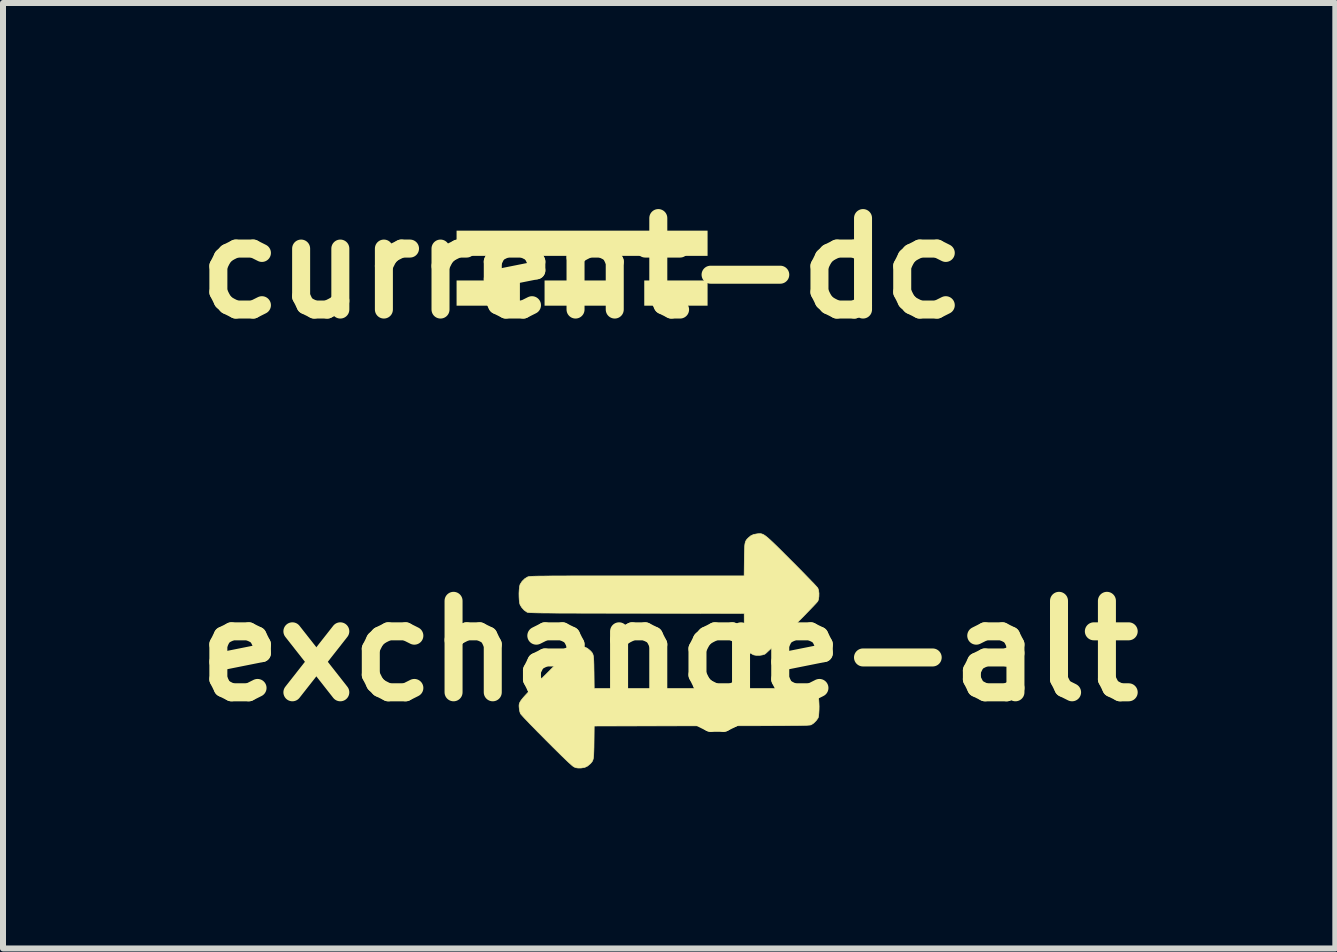
<source format=kicad_pcb>
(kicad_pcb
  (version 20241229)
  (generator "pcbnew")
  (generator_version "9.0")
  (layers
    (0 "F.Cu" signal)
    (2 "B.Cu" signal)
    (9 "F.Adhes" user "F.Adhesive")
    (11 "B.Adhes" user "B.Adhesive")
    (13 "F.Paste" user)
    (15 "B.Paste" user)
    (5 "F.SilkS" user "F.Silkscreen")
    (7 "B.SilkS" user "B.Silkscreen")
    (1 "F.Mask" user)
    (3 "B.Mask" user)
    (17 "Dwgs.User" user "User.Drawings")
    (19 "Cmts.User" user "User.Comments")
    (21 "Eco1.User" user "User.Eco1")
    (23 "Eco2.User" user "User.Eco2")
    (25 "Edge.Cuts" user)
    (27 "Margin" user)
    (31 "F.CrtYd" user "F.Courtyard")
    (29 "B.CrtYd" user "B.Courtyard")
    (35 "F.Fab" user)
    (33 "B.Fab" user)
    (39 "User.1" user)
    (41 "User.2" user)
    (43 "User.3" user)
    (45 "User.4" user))
  (footprint "exchange-alt"
    (layer "F.Cu")
    (at 8.099 7.795)
    (property "Reference" "exchange-alt" (at 0 0 0) (layer "F.SilkS") (effects (font (size 1.524 1.524) (thickness 0.3))))
    (attr board_only exclude_from_pos_files exclude_from_bom)
    (fp_poly (pts (xy 1.527 -1.953) (xy 1.545 -1.949) (xy 1.565 -1.941) (xy 1.588 -1.928) (xy 1.614 -1.909) (xy 1.645 -1.884) (xy 1.682 -1.851) (xy 1.727 -1.809) (xy 1.78 -1.758) (xy 1.843 -1.696) (xy 1.917 -1.622) (xy 2.003 -1.536) (xy 2.038 -1.501) (xy 2.114 -1.425) (xy 2.186 -1.352) (xy 2.253 -1.284) (xy 2.313 -1.222) (xy 2.366 -1.167) (xy 2.411 -1.121) (xy 2.445 -1.084) (xy 2.468 -1.058) (xy 2.478 -1.045) (xy 2.478 -1.045) (xy 2.49 -1.008) (xy 2.496 -0.96) (xy 2.495 -0.909) (xy 2.489 -0.862) (xy 2.478 -0.83) (xy 2.467 -0.816) (xy 2.444 -0.79) (xy 2.41 -0.754) (xy 2.366 -0.708) (xy 2.315 -0.655) (xy 2.257 -0.595) (xy 2.194 -0.531) (xy 2.127 -0.464) (xy 2.059 -0.395) (xy 1.99 -0.326) (xy 1.921 -0.259) (xy 1.856 -0.194) (xy 1.794 -0.134) (xy 1.738 -0.079) (xy 1.689 -0.032) (xy 1.648 0.006) (xy 1.617 0.035) (xy 1.598 0.051) (xy 1.593 0.054) (xy 1.553 0.067) (xy 1.504 0.074) (xy 1.454 0.074) (xy 1.411 0.067) (xy 1.405 0.065) (xy 1.351 0.036) (xy 1.305 -0.007) (xy 1.272 -0.057) (xy 1.26 -0.088) (xy 1.258 -0.107) (xy 1.255 -0.142) (xy 1.253 -0.191) (xy 1.252 -0.25) (xy 1.251 -0.317) (xy 1.251 -0.374) (xy 1.25 -0.625) (xy -0.545 -0.628) (xy -0.765 -0.628) (xy -0.967 -0.628) (xy -1.151 -0.629) (xy -1.318 -0.629) (xy -1.468 -0.629) (xy -1.604 -0.63) (xy -1.725 -0.63) (xy -1.832 -0.63) (xy -1.926 -0.631) (xy -2.009 -0.632) (xy -2.08 -0.632) (xy -2.141 -0.633) (xy -2.193 -0.634) (xy -2.236 -0.635) (xy -2.271 -0.636) (xy -2.299 -0.637) (xy -2.322 -0.638) (xy -2.339 -0.64) (xy -2.351 -0.641) (xy -2.36 -0.643) (xy -2.367 -0.645) (xy -2.37 -0.647) (xy -2.417 -0.68) (xy -2.457 -0.725) (xy -2.483 -0.767) (xy -2.492 -0.799) (xy -2.498 -0.845) (xy -2.501 -0.9) (xy -2.502 -0.959) (xy -2.499 -1.015) (xy -2.494 -1.065) (xy -2.486 -1.101) (xy -2.483 -1.109) (xy -2.45 -1.16) (xy -2.405 -1.204) (xy -2.359 -1.232) (xy -2.354 -1.234) (xy -2.347 -1.236) (xy -2.338 -1.238) (xy -2.326 -1.24) (xy -2.31 -1.241) (xy -2.29 -1.243) (xy -2.263 -1.244) (xy -2.231 -1.245) (xy -2.19 -1.246) (xy -2.142 -1.247) (xy -2.085 -1.247) (xy -2.018 -1.248) (xy -1.94 -1.249) (xy -1.851 -1.249) (xy -1.749 -1.249) (xy -1.634 -1.25) (xy -1.505 -1.25) (xy -1.36 -1.25) (xy -1.2 -1.25) (xy -1.024 -1.25) (xy -0.829 -1.25) (xy -0.617 -1.25) (xy -0.535 -1.25) (xy 1.249 -1.25) (xy 1.252 -1.522) (xy 1.253 -1.606) (xy 1.255 -1.673) (xy 1.257 -1.726) (xy 1.26 -1.766) (xy 1.265 -1.797) (xy 1.272 -1.821) (xy 1.281 -1.84) (xy 1.293 -1.857) (xy 1.309 -1.874) (xy 1.32 -1.885) (xy 1.362 -1.92) (xy 1.409 -1.941) (xy 1.467 -1.951) (xy 1.467 -1.951) (xy 1.489 -1.953) (xy 1.508 -1.954) (xy 1.527 -1.953)) (stroke (width 0.01) (type solid)) (fill yes) (layer "F.SilkS"))
    (fp_poly (pts (xy -1.498 -0.078) (xy -1.477 -0.077) (xy -1.467 -0.076) (xy -1.409 -0.065) (xy -1.363 -0.044) (xy -1.32 -0.009) (xy -1.32 -0.009) (xy -1.302 0.009) (xy -1.287 0.026) (xy -1.276 0.044) (xy -1.268 0.065) (xy -1.262 0.092) (xy -1.258 0.127) (xy -1.256 0.173) (xy -1.254 0.232) (xy -1.253 0.307) (xy -1.252 0.354) (xy -1.249 0.625) (xy 0.535 0.625) (xy 0.755 0.625) (xy 0.956 0.626) (xy 1.139 0.626) (xy 1.304 0.626) (xy 1.454 0.626) (xy 1.589 0.626) (xy 1.709 0.626) (xy 1.815 0.627) (xy 1.909 0.627) (xy 1.991 0.627) (xy 2.062 0.628) (xy 2.123 0.629) (xy 2.174 0.629) (xy 2.217 0.63) (xy 2.252 0.631) (xy 2.281 0.633) (xy 2.303 0.634) (xy 2.321 0.635) (xy 2.334 0.637) (xy 2.344 0.639) (xy 2.352 0.641) (xy 2.358 0.643) (xy 2.359 0.644) (xy 2.407 0.673) (xy 2.45 0.715) (xy 2.479 0.756) (xy 2.487 0.781) (xy 2.493 0.821) (xy 2.496 0.871) (xy 2.498 0.926) (xy 2.497 0.983) (xy 2.494 1.036) (xy 2.49 1.08) (xy 2.483 1.112) (xy 2.479 1.12) (xy 2.449 1.162) (xy 2.409 1.202) (xy 2.37 1.229) (xy 2.366 1.231) (xy 2.359 1.233) (xy 2.35 1.234) (xy 2.337 1.236) (xy 2.319 1.237) (xy 2.296 1.239) (xy 2.267 1.24) (xy 2.23 1.241) (xy 2.186 1.242) (xy 2.133 1.243) (xy 2.071 1.243) (xy 1.998 1.244) (xy 1.914 1.245) (xy 1.818 1.245) (xy 1.709 1.246) (xy 1.586 1.246) (xy 1.448 1.247) (xy 1.295 1.247) (xy 1.126 1.247) (xy 0.94 1.248) (xy 0.736 1.248) (xy 0.545 1.248) (xy -1.249 1.251) (xy -1.252 1.522) (xy -1.253 1.606) (xy -1.255 1.673) (xy -1.257 1.726) (xy -1.26 1.766) (xy -1.265 1.797) (xy -1.272 1.821) (xy -1.281 1.84) (xy -1.294 1.857) (xy -1.309 1.875) (xy -1.32 1.885) (xy -1.361 1.919) (xy -1.405 1.94) (xy -1.46 1.95) (xy -1.475 1.951) (xy -1.519 1.951) (xy -1.553 1.946) (xy -1.583 1.934) (xy -1.597 1.926) (xy -1.618 1.909) (xy -1.647 1.883) (xy -1.685 1.849) (xy -1.732 1.804) (xy -1.79 1.748) (xy -1.859 1.68) (xy -1.94 1.6) (xy -2.034 1.506) (xy -2.043 1.497) (xy -2.118 1.421) (xy -2.19 1.349) (xy -2.256 1.281) (xy -2.316 1.22) (xy -2.368 1.165) (xy -2.412 1.119) (xy -2.445 1.083) (xy -2.467 1.058) (xy -2.477 1.046) (xy -2.487 1.017) (xy -2.495 0.979) (xy -2.498 0.956) (xy -2.5 0.934) (xy -2.501 0.915) (xy -2.5 0.896) (xy -2.496 0.878) (xy -2.488 0.858) (xy -2.476 0.836) (xy -2.457 0.81) (xy -2.432 0.779) (xy -2.399 0.742) (xy -2.358 0.698) (xy -2.307 0.645) (xy -2.245 0.582) (xy -2.172 0.509) (xy -2.087 0.423) (xy -2.043 0.38) (xy -1.952 0.288) (xy -1.873 0.21) (xy -1.805 0.143) (xy -1.748 0.087) (xy -1.7 0.042) (xy -1.66 0.005) (xy -1.627 -0.024) (xy -1.598 -0.045) (xy -1.575 -0.06) (xy -1.554 -0.07) (xy -1.535 -0.076) (xy -1.517 -0.078) (xy -1.498 -0.078)) (stroke (width 0.01) (type solid)) (fill yes) (layer "F.SilkS")))
  (footprint "current-dc"
    (layer "F.Cu")
    (at 6.648 1.418)
    (property "Reference" "current-dc" (at 0 0 0) (layer "F.SilkS") (effects (font (size 1.524 1.524) (thickness 0.3))))
    (attr board_only exclude_from_pos_files exclude_from_bom)
    (fp_poly (pts (xy -1.036 0.625) (xy -2.091 0.625) (xy -2.091 0.205) (xy -1.036 0.205)) (stroke (width 0) (type solid)) (fill yes) (layer "F.SilkS"))
    (fp_poly (pts (xy 0.625 0.625) (xy -0.625 0.625) (xy -0.625 0.205) (xy 0.625 0.205)) (stroke (width 0) (type solid)) (fill yes) (layer "F.SilkS"))
    (fp_poly (pts (xy 2.091 -0.205) (xy -2.091 -0.205) (xy -2.091 -0.625) (xy 2.091 -0.625)) (stroke (width 0) (type solid)) (fill yes) (layer "F.SilkS"))
    (fp_poly (pts (xy 2.091 0.625) (xy 1.036 0.625) (xy 1.036 0.205) (xy 2.091 0.205)) (stroke (width 0) (type solid)) (fill yes) (layer "F.SilkS")))
  (gr_rect
    (start -3 -3)
    (end 19.198 12.752)
    (stroke (width 0.1) (type default))
    (fill no)
    (layer "Edge.Cuts")))
</source>
